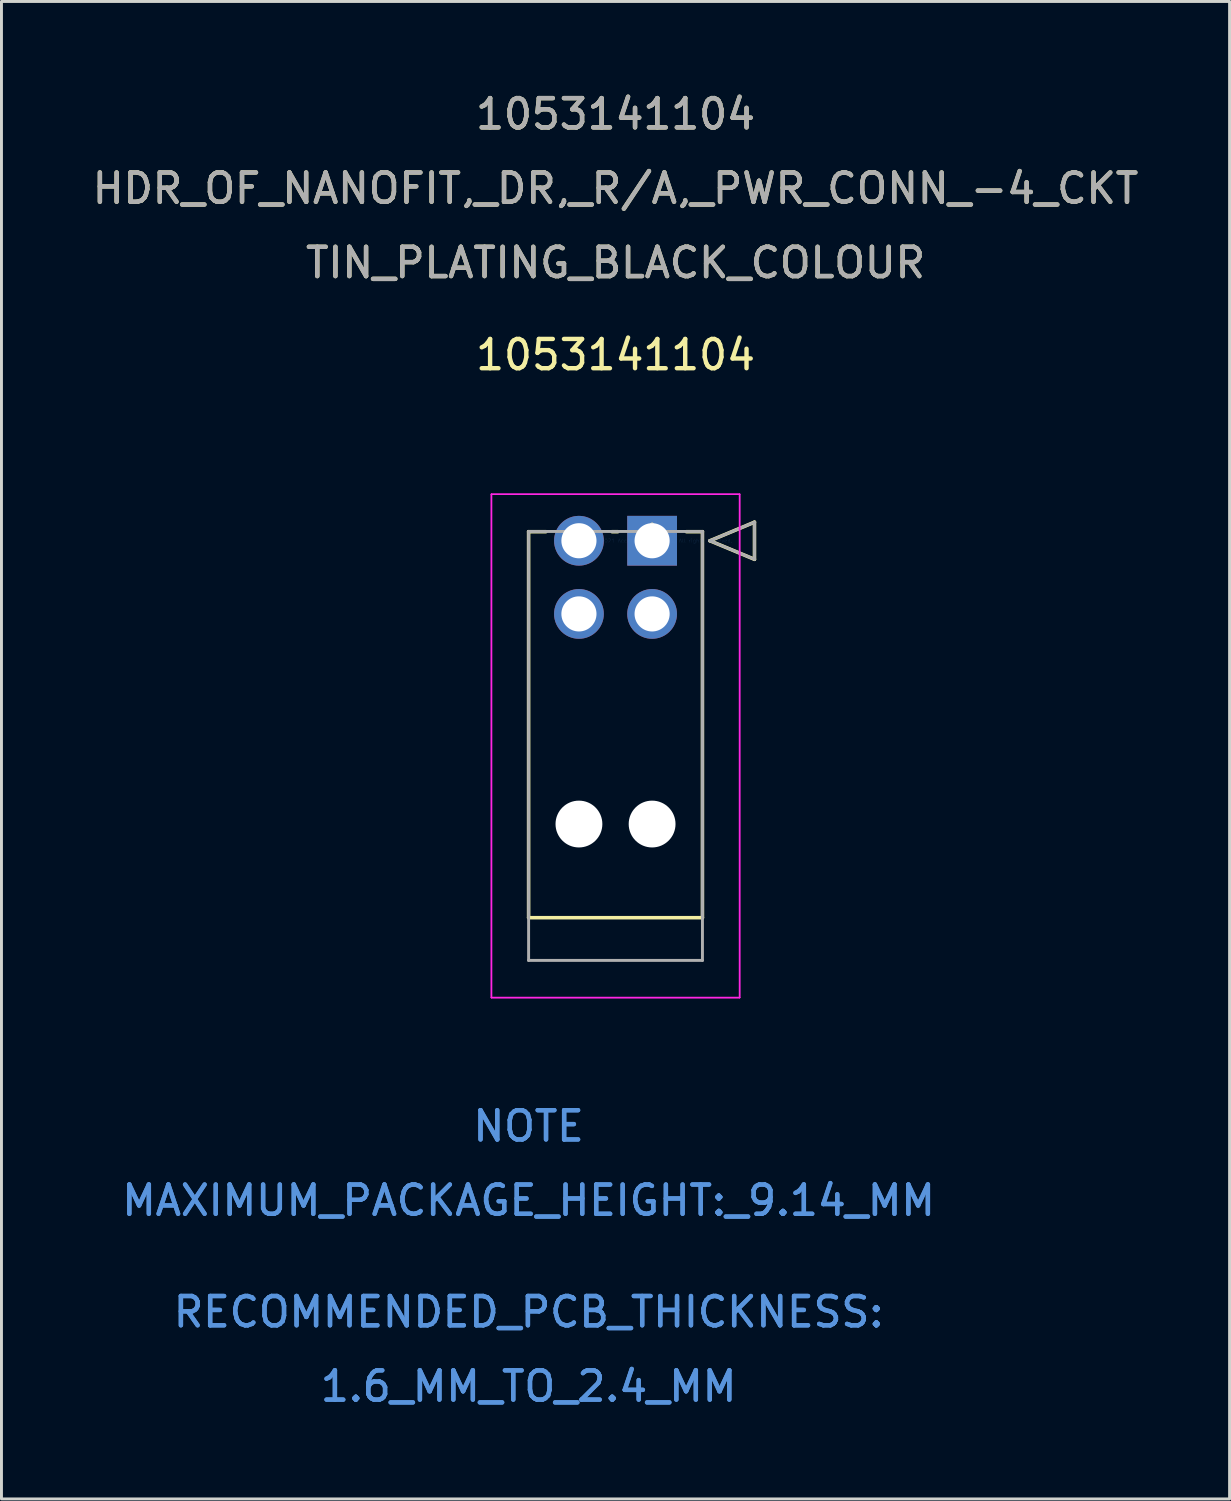
<source format=kicad_pcb>
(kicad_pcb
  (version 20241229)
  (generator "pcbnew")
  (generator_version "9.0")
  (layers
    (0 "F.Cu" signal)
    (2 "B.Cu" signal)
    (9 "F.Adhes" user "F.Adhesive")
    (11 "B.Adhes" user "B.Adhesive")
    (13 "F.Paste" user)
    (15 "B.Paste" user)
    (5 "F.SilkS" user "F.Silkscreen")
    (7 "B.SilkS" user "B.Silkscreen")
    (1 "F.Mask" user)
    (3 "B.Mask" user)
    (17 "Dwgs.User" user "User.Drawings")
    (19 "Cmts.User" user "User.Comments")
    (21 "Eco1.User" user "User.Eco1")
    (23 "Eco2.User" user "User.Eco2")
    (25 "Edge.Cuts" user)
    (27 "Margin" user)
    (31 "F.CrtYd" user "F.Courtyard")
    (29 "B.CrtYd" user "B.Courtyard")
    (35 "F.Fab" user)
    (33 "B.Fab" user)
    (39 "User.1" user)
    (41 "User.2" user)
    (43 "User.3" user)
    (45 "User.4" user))
  (footprint "1053141104"
    (layer "F.Cu")
    (at 19.232 15.427)
    (property "Reference" "1053141104" (at -1.25 -6.35 0) (layer "F.SilkS") (effects (font (size 1 1) (thickness 0.15))))
    (attr through_hole)
    (fp_line (start -4.22 -0.31) (end -4.22 12.88) (stroke (width 0.12) (type solid)) (layer "F.SilkS"))
    (fp_line (start -4.22 12.88) (end 1.72 12.88) (stroke (width 0.12) (type solid)) (layer "F.SilkS"))
    (fp_line (start -3.628 -0.31) (end -4.22 -0.31) (stroke (width 0.12) (type solid)) (layer "F.SilkS"))
    (fp_line (start -1.17 -0.31) (end -1.372 -0.31) (stroke (width 0.12) (type solid)) (layer "F.SilkS"))
    (fp_line (start 1.72 -0.31) (end 1.17 -0.31) (stroke (width 0.12) (type solid)) (layer "F.SilkS"))
    (fp_line (start 1.72 12.88) (end 1.72 -0.31) (stroke (width 0.12) (type solid)) (layer "F.SilkS"))
    (fp_line (start 1.974 0) (end 3.498 -0.635) (stroke (width 0.12) (type solid)) (layer "F.SilkS"))
    (fp_line (start 3.498 -0.635) (end 3.498 0.635) (stroke (width 0.12) (type solid)) (layer "F.SilkS"))
    (fp_line (start 3.498 0.635) (end 1.974 0) (stroke (width 0.12) (type solid)) (layer "F.SilkS"))
    (fp_line (start -5.49 -1.588) (end -5.49 15.61) (stroke (width 0.05) (type solid)) (layer "F.CrtYd"))
    (fp_line (start -5.49 -1.588) (end -5.49 15.61) (stroke (width 0.05) (type solid)) (layer "F.CrtYd"))
    (fp_line (start -5.49 15.61) (end 2.99 15.61) (stroke (width 0.05) (type solid)) (layer "F.CrtYd"))
    (fp_line (start -5.49 15.61) (end 2.99 15.61) (stroke (width 0.05) (type solid)) (layer "F.CrtYd"))
    (fp_line (start 2.99 -1.588) (end -5.49 -1.588) (stroke (width 0.05) (type solid)) (layer "F.CrtYd"))
    (fp_line (start 2.99 -1.588) (end -5.49 -1.588) (stroke (width 0.05) (type solid)) (layer "F.CrtYd"))
    (fp_line (start 2.99 15.61) (end 2.99 -1.588) (stroke (width 0.05) (type solid)) (layer "F.CrtYd"))
    (fp_line (start 2.99 15.61) (end 2.99 -1.588) (stroke (width 0.05) (type solid)) (layer "F.CrtYd"))
    (fp_line (start -4.22 -0.318) (end -4.22 14.34) (stroke (width 0.1) (type solid)) (layer "F.Fab"))
    (fp_line (start -4.22 14.34) (end 1.72 14.34) (stroke (width 0.1) (type solid)) (layer "F.Fab"))
    (fp_line (start 1.72 -0.318) (end -4.22 -0.318) (stroke (width 0.1) (type solid)) (layer "F.Fab"))
    (fp_line (start 1.72 14.34) (end 1.72 -0.318) (stroke (width 0.1) (type solid)) (layer "F.Fab"))
    (fp_line (start 1.974 0) (end 3.498 -0.635) (stroke (width 0.1) (type solid)) (layer "F.Fab"))
    (fp_line (start 3.498 -0.635) (end 3.498 0.635) (stroke (width 0.1) (type solid)) (layer "F.Fab"))
    (fp_line (start 3.498 0.635) (end 1.974 0) (stroke (width 0.1) (type solid)) (layer "F.Fab"))
    (fp_text user "HDR_OF_NANOFIT,_DR,_R/A,_PWR_CONN_-4_CKT" (at -1.25 -12.039 0) (layer "F.SilkS") (effects (font (size 1 1) (thickness 0.15))))
    (fp_text user "*" (at 0 0 0) (layer "F.SilkS") (effects (font (size 1 1) (thickness 0.15))))
    (fp_text user "TIN_PLATING_BLACK_COLOUR" (at -1.25 -9.499 0) (layer "F.SilkS") (effects (font (size 1 1) (thickness 0.15))))
    (fp_text user "1053141104" (at -1.25 -14.579 0) (layer "F.SilkS") (effects (font (size 1 1) (thickness 0.15))))
    (fp_text user "RECOMMENDED_PCB_THICKNESS:" (at -4.22 26.352 0) (layer "Cmts.User") (effects (font (size 1 1) (thickness 0.15))))
    (fp_text user "NOTE" (at -4.22 20.002 0) (layer "Cmts.User") (effects (font (size 1 1) (thickness 0.15))))
    (fp_text user "1.6_MM_TO_2.4_MM" (at -4.22 28.892 0) (layer "Cmts.User") (effects (font (size 1 1) (thickness 0.15))))
    (fp_text user "MAXIMUM_PACKAGE_HEIGHT:_9.14_MM" (at -4.22 22.542 0) (layer "Cmts.User") (effects (font (size 1 1) (thickness 0.15))))
    (fp_text user "NOTE" (at -4.22 20.002 0) (layer "Cmts.User") (effects (font (size 1 1) (thickness 0.15))))
    (fp_text user "1.6_MM_TO_2.4_MM" (at -4.22 28.892 0) (layer "Cmts.User") (effects (font (size 1 1) (thickness 0.15))))
    (fp_text user "MAXIMUM_PACKAGE_HEIGHT:_9.14_MM" (at -4.22 22.542 0) (layer "Cmts.User") (effects (font (size 1 1) (thickness 0.15))))
    (fp_text user "Copyright 2021 Accelerated Designs. All rights reserved." (at 0 0 0) (layer "Cmts.User") (effects (font (size 0.127 0.127) (thickness 0.002))))
    (fp_text user "RECOMMENDED_PCB_THICKNESS:" (at -4.22 26.352 0) (layer "Cmts.User") (effects (font (size 1 1) (thickness 0.15))))
    (fp_text user "TIN_PLATING_BLACK_COLOUR" (at -1.25 -9.499 0) (layer "F.Fab") (effects (font (size 1 1) (thickness 0.15))))
    (fp_text user "1053141104" (at -1.25 -14.579 0) (layer "F.Fab") (effects (font (size 1 1) (thickness 0.15))))
    (fp_text user "*" (at 0 0 0) (layer "F.Fab") (effects (font (size 1 1) (thickness 0.15))))
    (fp_text user "HDR_OF_NANOFIT,_DR,_R/A,_PWR_CONN_-4_CKT" (at -1.25 -12.039 0) (layer "F.Fab") (effects (font (size 1 1) (thickness 0.15))))
    (pad "" np_thru_hole circle (at -2.5 9.68) (size 1.6 1.6) (drill 1.6) (layers "*.Cu" "*.Mask"))
    (pad "" np_thru_hole circle (at 0 9.68) (size 1.6 1.6) (drill 1.6) (layers "*.Cu" "*.Mask"))
    (pad "1" thru_hole rect (at 0 0) (size 1.7 1.7) (drill 1.2) (layers "*.Cu" "*.Mask"))
    (pad "2" thru_hole circle (at -2.5 0) (size 1.7 1.7) (drill 1.2) (layers "*.Cu" "*.Mask"))
    (pad "3" thru_hole circle (at 0 2.5) (size 1.7 1.7) (drill 1.2) (layers "*.Cu" "*.Mask"))
    (pad "4" thru_hole circle (at -2.5 2.5) (size 1.7 1.7) (drill 1.2) (layers "*.Cu" "*.Mask")))
  (gr_rect
    (start -3 -3)
    (end 38.964 48.167)
    (stroke (width 0.1) (type default))
    (fill no)
    (layer "Edge.Cuts")))
</source>
